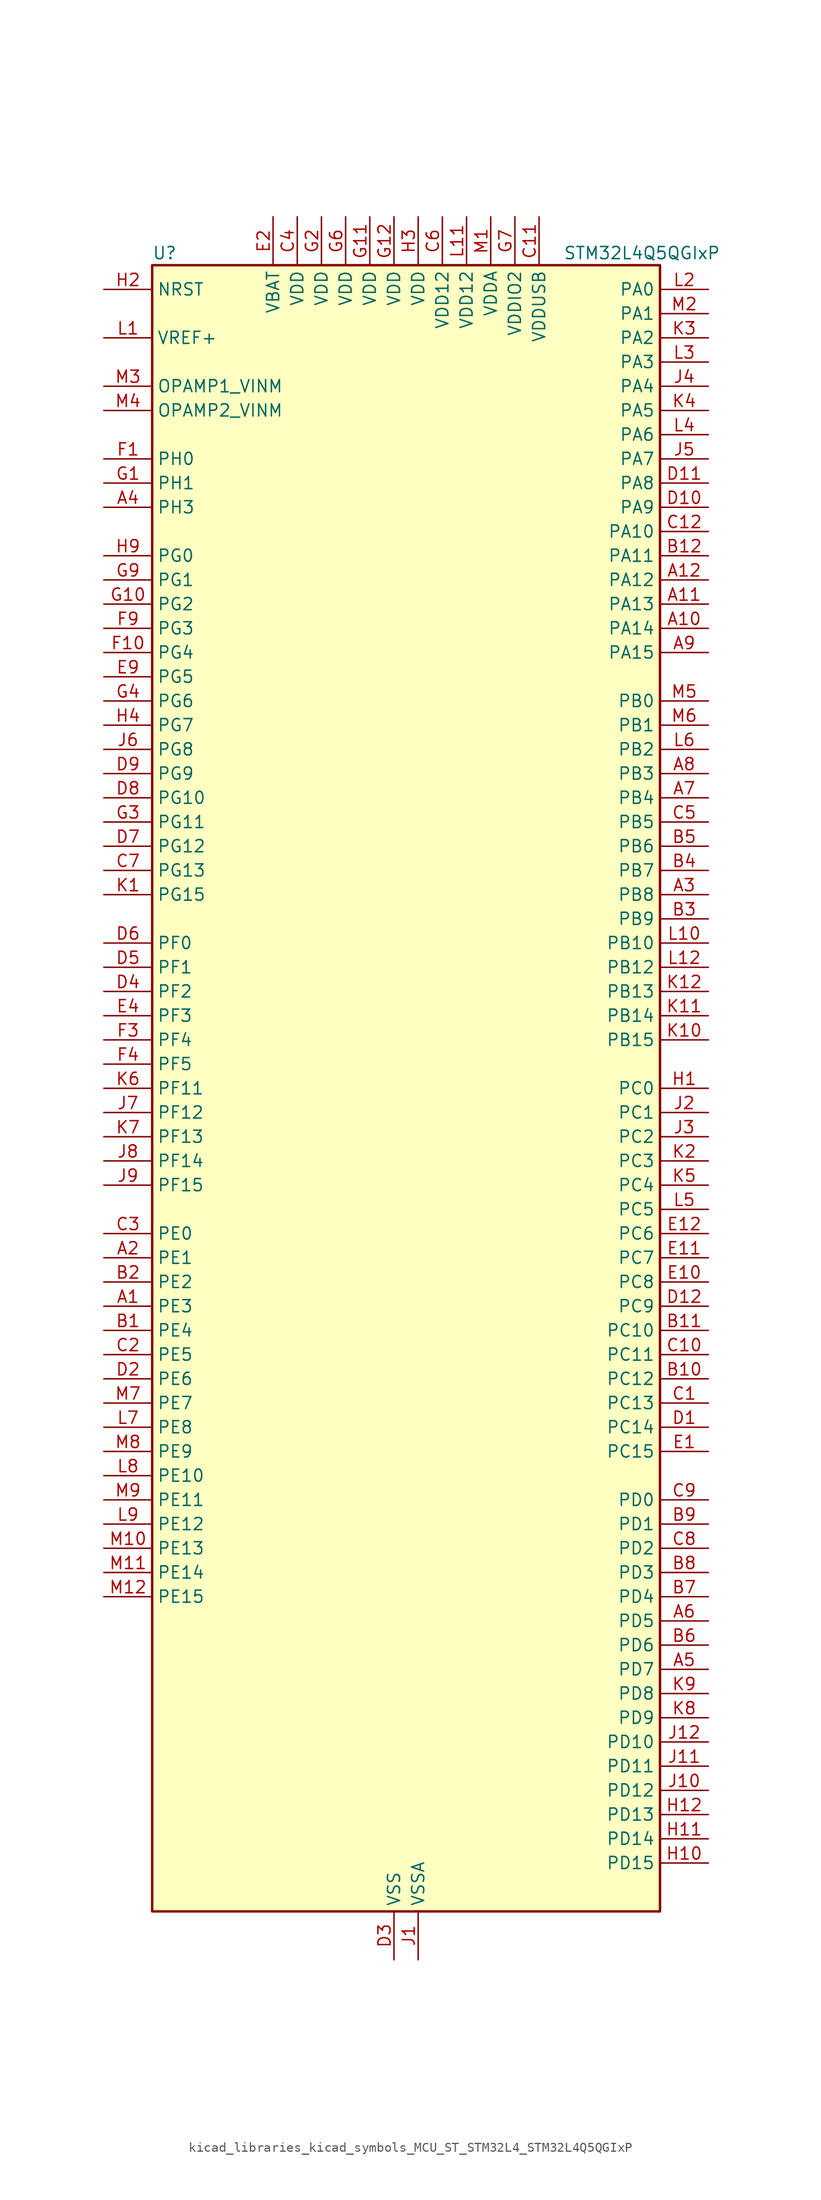
<source format=kicad_sym>
(kicad_symbol_lib
  (version 20220914)
  (generator kicad_symbol_editor)
  (symbol "kicad_libraries_kicad_symbols_MCU_ST_STM32L4_STM32L4Q5QGIxP"
    (property "Reference" "U"
      (at -25.4 87.63 0)
      (effects (font (size 1.27 1.27)) (justify left)))
    (property "Value" "STM32L4Q5QGIxP"
      (at 17.78 87.63 0)
      (effects (font (size 1.27 1.27)) (justify left)))
    (property "ki_locked" ""
      (at 0 0 0)
      (effects (font (size 1.27 1.27))))
    (symbol "kicad_libraries_kicad_symbols_MCU_ST_STM32L4_STM32L4Q5QGIxP_0_1"
      (rectangle (start -25.4 -86.36) (end 27.94 86.36) (stroke (width 0.254) (type default)) (fill (type background))))
    (symbol "kicad_libraries_kicad_symbols_MCU_ST_STM32L4_STM32L4Q5QGIxP_1_1"
      (pin bidirectional line (at -30.48 -22.86 0) (length 5.08) (name "PE3" (effects (font (size 1.27 1.27)))) (number "A1" (effects (font (size 1.27 1.27)))) (alternate "FMC_A19" bidirectional line) (alternate "LTDC_R6" bidirectional line) (alternate "OCTOSPIM_P1_DQS" bidirectional line) (alternate "SAI1_SD_B" bidirectional line) (alternate "SYS_TRACED0" bidirectional line) (alternate "TIM3_CH1" bidirectional line) (alternate "TSC_G7_IO2" bidirectional line))
      (pin bidirectional line (at 33.02 48.26 180) (length 5.08) (name "PA14" (effects (font (size 1.27 1.27)))) (number "A10" (effects (font (size 1.27 1.27)))) (alternate "I2C1_SMBA" bidirectional line) (alternate "I2C4_SMBA" bidirectional line) (alternate "LPTIM1_OUT" bidirectional line) (alternate "SAI1_FS_B" bidirectional line) (alternate "SYS_JTCK-SWCLK" bidirectional line) (alternate "USB_OTG_FS_SOF" bidirectional line))
      (pin bidirectional line (at 33.02 50.8 180) (length 5.08) (name "PA13" (effects (font (size 1.27 1.27)))) (number "A11" (effects (font (size 1.27 1.27)))) (alternate "IR_OUT" bidirectional line) (alternate "SAI1_SD_B" bidirectional line) (alternate "SYS_JTMS-SWDIO" bidirectional line) (alternate "USB_OTG_FS_NOE" bidirectional line))
      (pin bidirectional line (at 33.02 53.34 180) (length 5.08) (name "PA12" (effects (font (size 1.27 1.27)))) (number "A12" (effects (font (size 1.27 1.27)))) (alternate "CAN1_TX" bidirectional line) (alternate "LTDC_VSYNC" bidirectional line) (alternate "OCTOSPIM_P2_NCS" bidirectional line) (alternate "SPI1_MOSI" bidirectional line) (alternate "TIM1_ETR" bidirectional line) (alternate "USART1_DE" bidirectional line) (alternate "USART1_RTS" bidirectional line) (alternate "USB_OTG_FS_DP" bidirectional line))
      (pin bidirectional line (at -30.48 -17.78 0) (length 5.08) (name "PE1" (effects (font (size 1.27 1.27)))) (number "A2" (effects (font (size 1.27 1.27)))) (alternate "DCMI_D3" bidirectional line) (alternate "FMC_NBL1" bidirectional line) (alternate "LTDC_VSYNC" bidirectional line) (alternate "PSSI_D3" bidirectional line) (alternate "TIM17_CH1" bidirectional line))
      (pin bidirectional line (at 33.02 20.32 180) (length 5.08) (name "PB8" (effects (font (size 1.27 1.27)))) (number "A3" (effects (font (size 1.27 1.27)))) (alternate "CAN1_RX" bidirectional line) (alternate "DCMI_D6" bidirectional line) (alternate "DFSDM1_CKOUT" bidirectional line) (alternate "I2C1_SCL" bidirectional line) (alternate "LTDC_DE" bidirectional line) (alternate "PSSI_D6" bidirectional line) (alternate "SAI1_CK1" bidirectional line) (alternate "SAI1_MCLK_A" bidirectional line) (alternate "SDMMC1_CKIN" bidirectional line) (alternate "SDMMC1_D4" bidirectional line) (alternate "SDMMC2_D4" bidirectional line) (alternate "TIM16_CH1" bidirectional line) (alternate "TIM4_CH3" bidirectional line))
      (pin bidirectional line (at -30.48 60.96 0) (length 5.08) (name "PH3" (effects (font (size 1.27 1.27)))) (number "A4" (effects (font (size 1.27 1.27)))))
      (pin bidirectional line (at 33.02 -60.96 180) (length 5.08) (name "PD7" (effects (font (size 1.27 1.27)))) (number "A5" (effects (font (size 1.27 1.27)))) (alternate "DFSDM1_CKIN1" bidirectional line) (alternate "FMC_NCE" bidirectional line) (alternate "FMC_NE1" bidirectional line) (alternate "OCTOSPIM_P1_IO7" bidirectional line) (alternate "SDMMC2_CMD" bidirectional line) (alternate "USART2_CK" bidirectional line))
      (pin bidirectional line (at 33.02 -55.88 180) (length 5.08) (name "PD5" (effects (font (size 1.27 1.27)))) (number "A6" (effects (font (size 1.27 1.27)))) (alternate "FMC_NWE" bidirectional line) (alternate "OCTOSPIM_P1_IO5" bidirectional line) (alternate "USART2_TX" bidirectional line))
      (pin bidirectional line (at 33.02 30.48 180) (length 5.08) (name "PB4" (effects (font (size 1.27 1.27)))) (number "A7" (effects (font (size 1.27 1.27)))) (alternate "COMP2_INP" bidirectional line) (alternate "DCMI_D12" bidirectional line) (alternate "I2C3_SDA" bidirectional line) (alternate "OCTOSPIM_P1_IO5" bidirectional line) (alternate "PSSI_D12" bidirectional line) (alternate "SAI1_MCLK_B" bidirectional line) (alternate "SDMMC2_D3" bidirectional line) (alternate "SPI1_MISO" bidirectional line) (alternate "SPI3_MISO" bidirectional line) (alternate "SYS_JTRST" bidirectional line) (alternate "TIM17_BKIN" bidirectional line) (alternate "TIM3_CH1" bidirectional line) (alternate "TSC_G2_IO1" bidirectional line) (alternate "UART5_DE" bidirectional line) (alternate "UART5_RTS" bidirectional line) (alternate "USART1_CTS" bidirectional line) (alternate "USART1_NSS" bidirectional line))
      (pin bidirectional line (at 33.02 33.02 180) (length 5.08) (name "PB3" (effects (font (size 1.27 1.27)))) (number "A8" (effects (font (size 1.27 1.27)))) (alternate "COMP2_INM" bidirectional line) (alternate "CRS_SYNC" bidirectional line) (alternate "OCTOSPIM_P1_IO4" bidirectional line) (alternate "SAI1_SCK_B" bidirectional line) (alternate "SDMMC2_D2" bidirectional line) (alternate "SPI1_SCK" bidirectional line) (alternate "SPI3_SCK" bidirectional line) (alternate "SYS_JTDO-SWO" bidirectional line) (alternate "TIM2_CH2" bidirectional line) (alternate "USART1_DE" bidirectional line) (alternate "USART1_RTS" bidirectional line))
      (pin bidirectional line (at 33.02 45.72 180) (length 5.08) (name "PA15" (effects (font (size 1.27 1.27)))) (number "A9" (effects (font (size 1.27 1.27)))) (alternate "ADC1_EXTI15" bidirectional line) (alternate "ADC2_EXTI15" bidirectional line) (alternate "LTDC_HSYNC" bidirectional line) (alternate "SAI2_FS_B" bidirectional line) (alternate "SPI1_NSS" bidirectional line) (alternate "SPI3_NSS" bidirectional line) (alternate "SYS_JTDI" bidirectional line) (alternate "TIM2_CH1" bidirectional line) (alternate "TIM2_ETR" bidirectional line) (alternate "TSC_G3_IO1" bidirectional line) (alternate "UART4_DE" bidirectional line) (alternate "UART4_RTS" bidirectional line) (alternate "USART2_RX" bidirectional line) (alternate "USART3_DE" bidirectional line) (alternate "USART3_RTS" bidirectional line))
      (pin bidirectional line (at -30.48 -25.4 0) (length 5.08) (name "PE4" (effects (font (size 1.27 1.27)))) (number "B1" (effects (font (size 1.27 1.27)))) (alternate "DCMI_D4" bidirectional line) (alternate "DFSDM1_DATIN3" bidirectional line) (alternate "FMC_A20" bidirectional line) (alternate "LTDC_B7" bidirectional line) (alternate "PSSI_D4" bidirectional line) (alternate "SAI1_D2" bidirectional line) (alternate "SAI1_FS_A" bidirectional line) (alternate "SYS_TRACED1" bidirectional line) (alternate "TIM3_CH2" bidirectional line) (alternate "TSC_G7_IO3" bidirectional line))
      (pin bidirectional line (at 33.02 -30.48 180) (length 5.08) (name "PC12" (effects (font (size 1.27 1.27)))) (number "B10" (effects (font (size 1.27 1.27)))) (alternate "DCMI_D9" bidirectional line) (alternate "LTDC_R6" bidirectional line) (alternate "PSSI_D9" bidirectional line) (alternate "SAI2_SD_B" bidirectional line) (alternate "SDMMC1_CK" bidirectional line) (alternate "SPI3_MOSI" bidirectional line) (alternate "SYS_TRACED3" bidirectional line) (alternate "TSC_G3_IO4" bidirectional line) (alternate "UART5_TX" bidirectional line) (alternate "USART3_CK" bidirectional line))
      (pin bidirectional line (at 33.02 -25.4 180) (length 5.08) (name "PC10" (effects (font (size 1.27 1.27)))) (number "B11" (effects (font (size 1.27 1.27)))) (alternate "DCMI_D8" bidirectional line) (alternate "DCMI_VSYNC" bidirectional line) (alternate "PSSI_D8" bidirectional line) (alternate "PSSI_RDY" bidirectional line) (alternate "SAI2_SCK_B" bidirectional line) (alternate "SDMMC1_D2" bidirectional line) (alternate "SPI3_SCK" bidirectional line) (alternate "SYS_TRACED1" bidirectional line) (alternate "TSC_G3_IO2" bidirectional line) (alternate "UART4_TX" bidirectional line) (alternate "USART3_TX" bidirectional line))
      (pin bidirectional line (at 33.02 55.88 180) (length 5.08) (name "PA11" (effects (font (size 1.27 1.27)))) (number "B12" (effects (font (size 1.27 1.27)))) (alternate "ADC1_EXTI11" bidirectional line) (alternate "ADC2_EXTI11" bidirectional line) (alternate "CAN1_RX" bidirectional line) (alternate "LTDC_DE" bidirectional line) (alternate "SPI1_MISO" bidirectional line) (alternate "TIM1_BKIN2" bidirectional line) (alternate "TIM1_CH4" bidirectional line) (alternate "USART1_CTS" bidirectional line) (alternate "USART1_NSS" bidirectional line) (alternate "USB_OTG_FS_DM" bidirectional line))
      (pin bidirectional line (at -30.48 -20.32 0) (length 5.08) (name "PE2" (effects (font (size 1.27 1.27)))) (number "B2" (effects (font (size 1.27 1.27)))) (alternate "FMC_A23" bidirectional line) (alternate "LTDC_R7" bidirectional line) (alternate "SAI1_CK1" bidirectional line) (alternate "SAI1_MCLK_A" bidirectional line) (alternate "SYS_TRACECLK" bidirectional line) (alternate "TIM3_ETR" bidirectional line) (alternate "TSC_G7_IO1" bidirectional line))
      (pin bidirectional line (at 33.02 17.78 180) (length 5.08) (name "PB9" (effects (font (size 1.27 1.27)))) (number "B3" (effects (font (size 1.27 1.27)))) (alternate "CAN1_TX" bidirectional line) (alternate "DAC1_EXTI9" bidirectional line) (alternate "DCMI_D7" bidirectional line) (alternate "I2C1_SDA" bidirectional line) (alternate "IR_OUT" bidirectional line) (alternate "PSSI_D7" bidirectional line) (alternate "SAI1_D2" bidirectional line) (alternate "SAI1_FS_A" bidirectional line) (alternate "SDMMC1_CDIR" bidirectional line) (alternate "SDMMC1_D5" bidirectional line) (alternate "SDMMC2_D5" bidirectional line) (alternate "SPI2_NSS" bidirectional line) (alternate "TIM17_CH1" bidirectional line) (alternate "TIM4_CH4" bidirectional line))
      (pin bidirectional line (at 33.02 22.86 180) (length 5.08) (name "PB7" (effects (font (size 1.27 1.27)))) (number "B4" (effects (font (size 1.27 1.27)))) (alternate "COMP2_INM" bidirectional line) (alternate "DCMI_VSYNC" bidirectional line) (alternate "FMC_NL" bidirectional line) (alternate "I2C1_SDA" bidirectional line) (alternate "I2C4_SDA" bidirectional line) (alternate "LPTIM1_IN2" bidirectional line) (alternate "LTDC_VSYNC" bidirectional line) (alternate "PSSI_RDY" bidirectional line) (alternate "SYS_PVD_IN" bidirectional line) (alternate "TIM17_CH1N" bidirectional line) (alternate "TIM4_CH2" bidirectional line) (alternate "TIM8_BKIN" bidirectional line) (alternate "TSC_G2_IO4" bidirectional line) (alternate "UART4_CTS" bidirectional line) (alternate "USART1_RX" bidirectional line))
      (pin bidirectional line (at 33.02 25.4 180) (length 5.08) (name "PB6" (effects (font (size 1.27 1.27)))) (number "B5" (effects (font (size 1.27 1.27)))) (alternate "COMP2_INP" bidirectional line) (alternate "DCMI_D5" bidirectional line) (alternate "I2C1_SCL" bidirectional line) (alternate "I2C4_SCL" bidirectional line) (alternate "LPTIM1_ETR" bidirectional line) (alternate "LTDC_R6" bidirectional line) (alternate "PSSI_D5" bidirectional line) (alternate "SAI1_FS_B" bidirectional line) (alternate "TIM16_CH1N" bidirectional line) (alternate "TIM4_CH1" bidirectional line) (alternate "TIM8_BKIN2" bidirectional line) (alternate "TSC_G2_IO3" bidirectional line) (alternate "USART1_TX" bidirectional line))
      (pin bidirectional line (at 33.02 -58.42 180) (length 5.08) (name "PD6" (effects (font (size 1.27 1.27)))) (number "B6" (effects (font (size 1.27 1.27)))) (alternate "DCMI_D10" bidirectional line) (alternate "DFSDM1_DATIN1" bidirectional line) (alternate "FMC_NWAIT" bidirectional line) (alternate "LTDC_DE" bidirectional line) (alternate "OCTOSPIM_P1_IO6" bidirectional line) (alternate "PSSI_D10" bidirectional line) (alternate "SAI1_D1" bidirectional line) (alternate "SAI1_SD_A" bidirectional line) (alternate "SDMMC2_CK" bidirectional line) (alternate "SPI3_MOSI" bidirectional line) (alternate "USART2_RX" bidirectional line))
      (pin bidirectional line (at 33.02 -53.34 180) (length 5.08) (name "PD4" (effects (font (size 1.27 1.27)))) (number "B7" (effects (font (size 1.27 1.27)))) (alternate "DFSDM1_CKIN0" bidirectional line) (alternate "FMC_NOE" bidirectional line) (alternate "OCTOSPIM_P1_IO4" bidirectional line) (alternate "SDMMC2_CKIN" bidirectional line) (alternate "SPI2_MOSI" bidirectional line) (alternate "USART2_DE" bidirectional line) (alternate "USART2_RTS" bidirectional line))
      (pin bidirectional line (at 33.02 -50.8 180) (length 5.08) (name "PD3" (effects (font (size 1.27 1.27)))) (number "B8" (effects (font (size 1.27 1.27)))) (alternate "DCMI_D5" bidirectional line) (alternate "DFSDM1_DATIN0" bidirectional line) (alternate "FMC_CLK" bidirectional line) (alternate "LTDC_CLK" bidirectional line) (alternate "OCTOSPIM_P2_NCS" bidirectional line) (alternate "PSSI_D5" bidirectional line) (alternate "SPI2_MISO" bidirectional line) (alternate "SPI2_SCK" bidirectional line) (alternate "USART2_CTS" bidirectional line) (alternate "USART2_NSS" bidirectional line))
      (pin bidirectional line (at 33.02 -45.72 180) (length 5.08) (name "PD1" (effects (font (size 1.27 1.27)))) (number "B9" (effects (font (size 1.27 1.27)))) (alternate "CAN1_TX" bidirectional line) (alternate "FMC_D3" bidirectional line) (alternate "FMC_DA3" bidirectional line) (alternate "LTDC_B5" bidirectional line) (alternate "SPI2_SCK" bidirectional line))
      (pin bidirectional line (at 33.02 -33.02 180) (length 5.08) (name "PC13" (effects (font (size 1.27 1.27)))) (number "C1" (effects (font (size 1.27 1.27)))) (alternate "RTC_OUT1" bidirectional line) (alternate "RTC_TAMP1" bidirectional line) (alternate "RTC_TS" bidirectional line) (alternate "SYS_WKUP2" bidirectional line))
      (pin bidirectional line (at 33.02 -27.94 180) (length 5.08) (name "PC11" (effects (font (size 1.27 1.27)))) (number "C10" (effects (font (size 1.27 1.27)))) (alternate "ADC1_EXTI11" bidirectional line) (alternate "ADC2_EXTI11" bidirectional line) (alternate "DCMI_D2" bidirectional line) (alternate "DCMI_D4" bidirectional line) (alternate "OCTOSPIM_P1_NCS" bidirectional line) (alternate "PSSI_D2" bidirectional line) (alternate "PSSI_D4" bidirectional line) (alternate "SAI2_MCLK_B" bidirectional line) (alternate "SDMMC1_D3" bidirectional line) (alternate "SPI3_MISO" bidirectional line) (alternate "TSC_G3_IO3" bidirectional line) (alternate "UART4_RX" bidirectional line) (alternate "USART3_RX" bidirectional line))
      (pin power_in line (at 15.24 91.44 270) (length 5.08) (name "VDDUSB" (effects (font (size 1.27 1.27)))) (number "C11" (effects (font (size 1.27 1.27)))))
      (pin bidirectional line (at 33.02 58.42 180) (length 5.08) (name "PA10" (effects (font (size 1.27 1.27)))) (number "C12" (effects (font (size 1.27 1.27)))) (alternate "DCMI_D1" bidirectional line) (alternate "LTDC_G6" bidirectional line) (alternate "PSSI_D1" bidirectional line) (alternate "SAI1_D1" bidirectional line) (alternate "SAI1_SD_A" bidirectional line) (alternate "TIM17_BKIN" bidirectional line) (alternate "TIM1_CH3" bidirectional line) (alternate "USART1_RX" bidirectional line) (alternate "USB_OTG_FS_ID" bidirectional line))
      (pin bidirectional line (at -30.48 -27.94 0) (length 5.08) (name "PE5" (effects (font (size 1.27 1.27)))) (number "C2" (effects (font (size 1.27 1.27)))) (alternate "DCMI_D6" bidirectional line) (alternate "DFSDM1_CKIN3" bidirectional line) (alternate "FMC_A21" bidirectional line) (alternate "LTDC_G7" bidirectional line) (alternate "PSSI_D6" bidirectional line) (alternate "SAI1_CK2" bidirectional line) (alternate "SAI1_SCK_A" bidirectional line) (alternate "SYS_TRACED2" bidirectional line) (alternate "TIM3_CH3" bidirectional line) (alternate "TSC_G7_IO4" bidirectional line))
      (pin bidirectional line (at -30.48 -15.24 0) (length 5.08) (name "PE0" (effects (font (size 1.27 1.27)))) (number "C3" (effects (font (size 1.27 1.27)))) (alternate "DCMI_D2" bidirectional line) (alternate "FMC_NBL0" bidirectional line) (alternate "LTDC_HSYNC" bidirectional line) (alternate "PSSI_D2" bidirectional line) (alternate "TIM16_CH1" bidirectional line) (alternate "TIM4_ETR" bidirectional line))
      (pin power_in line (at -10.16 91.44 270) (length 5.08) (name "VDD" (effects (font (size 1.27 1.27)))) (number "C4" (effects (font (size 1.27 1.27)))))
      (pin bidirectional line (at 33.02 27.94 180) (length 5.08) (name "PB5" (effects (font (size 1.27 1.27)))) (number "C5" (effects (font (size 1.27 1.27)))) (alternate "COMP2_OUT" bidirectional line) (alternate "DCMI_D10" bidirectional line) (alternate "I2C1_SMBA" bidirectional line) (alternate "LPTIM1_IN1" bidirectional line) (alternate "OCTOSPIM_P1_IO0" bidirectional line) (alternate "PSSI_D10" bidirectional line) (alternate "SAI1_SD_B" bidirectional line) (alternate "SPI1_MOSI" bidirectional line) (alternate "SPI3_MOSI" bidirectional line) (alternate "TIM16_BKIN" bidirectional line) (alternate "TIM3_CH2" bidirectional line) (alternate "TSC_G2_IO2" bidirectional line) (alternate "UART5_CTS" bidirectional line) (alternate "USART1_CK" bidirectional line))
      (pin power_in line (at 5.08 91.44 270) (length 5.08) (name "VDD12" (effects (font (size 1.27 1.27)))) (number "C6" (effects (font (size 1.27 1.27)))))
      (pin bidirectional line (at -30.48 22.86 0) (length 5.08) (name "PG13" (effects (font (size 1.27 1.27)))) (number "C7" (effects (font (size 1.27 1.27)))) (alternate "FMC_A24" bidirectional line) (alternate "I2C1_SDA" bidirectional line) (alternate "LTDC_R0" bidirectional line) (alternate "USART1_CK" bidirectional line))
      (pin bidirectional line (at 33.02 -48.26 180) (length 5.08) (name "PD2" (effects (font (size 1.27 1.27)))) (number "C8" (effects (font (size 1.27 1.27)))) (alternate "DCMI_D11" bidirectional line) (alternate "PSSI_D11" bidirectional line) (alternate "SDMMC1_CMD" bidirectional line) (alternate "SYS_TRACED2" bidirectional line) (alternate "TIM3_ETR" bidirectional line) (alternate "TSC_SYNC" bidirectional line) (alternate "UART5_RX" bidirectional line) (alternate "USART3_DE" bidirectional line) (alternate "USART3_RTS" bidirectional line))
      (pin bidirectional line (at 33.02 -43.18 180) (length 5.08) (name "PD0" (effects (font (size 1.27 1.27)))) (number "C9" (effects (font (size 1.27 1.27)))) (alternate "CAN1_RX" bidirectional line) (alternate "FMC_D2" bidirectional line) (alternate "FMC_DA2" bidirectional line) (alternate "LTDC_B4" bidirectional line) (alternate "SPI2_NSS" bidirectional line))
      (pin bidirectional line (at 33.02 -35.56 180) (length 5.08) (name "PC14" (effects (font (size 1.27 1.27)))) (number "D1" (effects (font (size 1.27 1.27)))) (alternate "RCC_OSC32_IN" bidirectional line))
      (pin bidirectional line (at 33.02 60.96 180) (length 5.08) (name "PA9" (effects (font (size 1.27 1.27)))) (number "D10" (effects (font (size 1.27 1.27)))) (alternate "DAC1_EXTI9" bidirectional line) (alternate "DCMI_D0" bidirectional line) (alternate "LTDC_G7" bidirectional line) (alternate "PSSI_D0" bidirectional line) (alternate "SAI1_FS_A" bidirectional line) (alternate "SPI2_SCK" bidirectional line) (alternate "TIM15_BKIN" bidirectional line) (alternate "TIM1_CH2" bidirectional line) (alternate "USART1_TX" bidirectional line) (alternate "USB_OTG_FS_VBUS" bidirectional line))
      (pin bidirectional line (at 33.02 63.5 180) (length 5.08) (name "PA8" (effects (font (size 1.27 1.27)))) (number "D11" (effects (font (size 1.27 1.27)))) (alternate "LPTIM2_OUT" bidirectional line) (alternate "LTDC_B7" bidirectional line) (alternate "RCC_MCO" bidirectional line) (alternate "SAI1_CK2" bidirectional line) (alternate "SAI1_SCK_A" bidirectional line) (alternate "TIM1_CH1" bidirectional line) (alternate "USART1_CK" bidirectional line) (alternate "USB_OTG_FS_SOF" bidirectional line))
      (pin bidirectional line (at 33.02 -22.86 180) (length 5.08) (name "PC9" (effects (font (size 1.27 1.27)))) (number "D12" (effects (font (size 1.27 1.27)))) (alternate "DAC1_EXTI9" bidirectional line) (alternate "DCMI_D3" bidirectional line) (alternate "I2C3_SDA" bidirectional line) (alternate "PSSI_D3" bidirectional line) (alternate "SAI2_EXTCLK" bidirectional line) (alternate "SDMMC1_D1" bidirectional line) (alternate "SYS_TRACED0" bidirectional line) (alternate "TIM3_CH4" bidirectional line) (alternate "TIM8_BKIN2" bidirectional line) (alternate "TIM8_CH4" bidirectional line) (alternate "TSC_G4_IO4" bidirectional line) (alternate "USB_OTG_FS_NOE" bidirectional line))
      (pin bidirectional line (at -30.48 -30.48 0) (length 5.08) (name "PE6" (effects (font (size 1.27 1.27)))) (number "D2" (effects (font (size 1.27 1.27)))) (alternate "DCMI_D7" bidirectional line) (alternate "FMC_A22" bidirectional line) (alternate "LTDC_G6" bidirectional line) (alternate "PSSI_D7" bidirectional line) (alternate "RTC_TAMP3" bidirectional line) (alternate "SAI1_D1" bidirectional line) (alternate "SAI1_SD_A" bidirectional line) (alternate "SYS_TRACED3" bidirectional line) (alternate "SYS_WKUP3" bidirectional line) (alternate "TIM3_CH4" bidirectional line))
      (pin power_in line (at 0 -91.44 90) (length 5.08) (name "VSS" (effects (font (size 1.27 1.27)))) (number "D3" (effects (font (size 1.27 1.27)))))
      (pin bidirectional line (at -30.48 10.16 0) (length 5.08) (name "PF2" (effects (font (size 1.27 1.27)))) (number "D4" (effects (font (size 1.27 1.27)))) (alternate "FMC_A2" bidirectional line) (alternate "I2C2_SMBA" bidirectional line) (alternate "OCTOSPIM_P2_IO2" bidirectional line))
      (pin bidirectional line (at -30.48 12.7 0) (length 5.08) (name "PF1" (effects (font (size 1.27 1.27)))) (number "D5" (effects (font (size 1.27 1.27)))) (alternate "FMC_A1" bidirectional line) (alternate "I2C2_SCL" bidirectional line) (alternate "OCTOSPIM_P2_IO1" bidirectional line))
      (pin bidirectional line (at -30.48 15.24 0) (length 5.08) (name "PF0" (effects (font (size 1.27 1.27)))) (number "D6" (effects (font (size 1.27 1.27)))) (alternate "FMC_A0" bidirectional line) (alternate "I2C2_SDA" bidirectional line) (alternate "OCTOSPIM_P2_IO0" bidirectional line))
      (pin bidirectional line (at -30.48 25.4 0) (length 5.08) (name "PG12" (effects (font (size 1.27 1.27)))) (number "D7" (effects (font (size 1.27 1.27)))) (alternate "FMC_NE4" bidirectional line) (alternate "LPTIM1_ETR" bidirectional line) (alternate "OCTOSPIM_P2_NCS" bidirectional line) (alternate "SAI2_SD_A" bidirectional line) (alternate "SDMMC2_D3" bidirectional line) (alternate "SPI3_NSS" bidirectional line) (alternate "USART1_DE" bidirectional line) (alternate "USART1_RTS" bidirectional line))
      (pin bidirectional line (at -30.48 30.48 0) (length 5.08) (name "PG10" (effects (font (size 1.27 1.27)))) (number "D8" (effects (font (size 1.27 1.27)))) (alternate "FMC_NE3" bidirectional line) (alternate "LPTIM1_IN1" bidirectional line) (alternate "OCTOSPIM_P2_IO7" bidirectional line) (alternate "SAI2_FS_A" bidirectional line) (alternate "SDMMC2_D1" bidirectional line) (alternate "SPI3_MISO" bidirectional line) (alternate "TIM15_CH1" bidirectional line) (alternate "USART1_RX" bidirectional line))
      (pin bidirectional line (at -30.48 33.02 0) (length 5.08) (name "PG9" (effects (font (size 1.27 1.27)))) (number "D9" (effects (font (size 1.27 1.27)))) (alternate "DAC1_EXTI9" bidirectional line) (alternate "FMC_NCE" bidirectional line) (alternate "FMC_NE2" bidirectional line) (alternate "OCTOSPIM_P2_IO6" bidirectional line) (alternate "SAI2_SCK_A" bidirectional line) (alternate "SDMMC2_D0" bidirectional line) (alternate "SPI3_SCK" bidirectional line) (alternate "TIM15_CH1N" bidirectional line) (alternate "USART1_TX" bidirectional line))
      (pin bidirectional line (at 33.02 -38.1 180) (length 5.08) (name "PC15" (effects (font (size 1.27 1.27)))) (number "E1" (effects (font (size 1.27 1.27)))) (alternate "ADC1_EXTI15" bidirectional line) (alternate "ADC2_EXTI15" bidirectional line) (alternate "RCC_OSC32_OUT" bidirectional line))
      (pin bidirectional line (at 33.02 -20.32 180) (length 5.08) (name "PC8" (effects (font (size 1.27 1.27)))) (number "E10" (effects (font (size 1.27 1.27)))) (alternate "DCMI_D2" bidirectional line) (alternate "PSSI_D2" bidirectional line) (alternate "SDMMC1_D0" bidirectional line) (alternate "TIM3_CH3" bidirectional line) (alternate "TIM8_CH3" bidirectional line) (alternate "TSC_G4_IO3" bidirectional line))
      (pin bidirectional line (at 33.02 -17.78 180) (length 5.08) (name "PC7" (effects (font (size 1.27 1.27)))) (number "E11" (effects (font (size 1.27 1.27)))) (alternate "DCMI_D1" bidirectional line) (alternate "DFSDM1_DATIN3" bidirectional line) (alternate "LTDC_B6" bidirectional line) (alternate "PSSI_D1" bidirectional line) (alternate "SAI2_MCLK_B" bidirectional line) (alternate "SDMMC1_D123DIR" bidirectional line) (alternate "SDMMC1_D7" bidirectional line) (alternate "SDMMC2_D7" bidirectional line) (alternate "TIM3_CH2" bidirectional line) (alternate "TIM8_CH2" bidirectional line) (alternate "TSC_G4_IO2" bidirectional line))
      (pin bidirectional line (at 33.02 -15.24 180) (length 5.08) (name "PC6" (effects (font (size 1.27 1.27)))) (number "E12" (effects (font (size 1.27 1.27)))) (alternate "DCMI_D0" bidirectional line) (alternate "DFSDM1_CKIN3" bidirectional line) (alternate "LTDC_G7" bidirectional line) (alternate "PSSI_D0" bidirectional line) (alternate "SAI2_MCLK_A" bidirectional line) (alternate "SDMMC1_D0DIR" bidirectional line) (alternate "SDMMC1_D6" bidirectional line) (alternate "SDMMC2_D6" bidirectional line) (alternate "TIM3_CH1" bidirectional line) (alternate "TIM8_CH1" bidirectional line) (alternate "TSC_G4_IO1" bidirectional line))
      (pin power_in line (at -12.7 91.44 270) (length 5.08) (name "VBAT" (effects (font (size 1.27 1.27)))) (number "E2" (effects (font (size 1.27 1.27)))))
      (pin passive line (at 0 -91.44 90) (length 5.08) hide (name "VSS" (effects (font (size 1.27 1.27)))) (number "E3" (effects (font (size 1.27 1.27)))))
      (pin bidirectional line (at -30.48 7.62 0) (length 5.08) (name "PF3" (effects (font (size 1.27 1.27)))) (number "E4" (effects (font (size 1.27 1.27)))) (alternate "FMC_A3" bidirectional line) (alternate "OCTOSPIM_P2_IO3" bidirectional line))
      (pin bidirectional line (at -30.48 43.18 0) (length 5.08) (name "PG5" (effects (font (size 1.27 1.27)))) (number "E9" (effects (font (size 1.27 1.27)))) (alternate "FMC_A15" bidirectional line) (alternate "LPUART1_CTS" bidirectional line) (alternate "SAI2_SD_B" bidirectional line) (alternate "SDMMC2_D7" bidirectional line) (alternate "SPI1_NSS" bidirectional line))
      (pin bidirectional line (at -30.48 66.04 0) (length 5.08) (name "PH0" (effects (font (size 1.27 1.27)))) (number "F1" (effects (font (size 1.27 1.27)))) (alternate "RCC_OSC_IN" bidirectional line))
      (pin bidirectional line (at -30.48 45.72 0) (length 5.08) (name "PG4" (effects (font (size 1.27 1.27)))) (number "F10" (effects (font (size 1.27 1.27)))) (alternate "FMC_A14" bidirectional line) (alternate "SAI2_MCLK_B" bidirectional line) (alternate "SDMMC2_D6" bidirectional line) (alternate "SPI1_MOSI" bidirectional line))
      (pin passive line (at 0 -91.44 90) (length 5.08) hide (name "VSS" (effects (font (size 1.27 1.27)))) (number "F11" (effects (font (size 1.27 1.27)))))
      (pin passive line (at 0 -91.44 90) (length 5.08) hide (name "VSS" (effects (font (size 1.27 1.27)))) (number "F12" (effects (font (size 1.27 1.27)))))
      (pin passive line (at 0 -91.44 90) (length 5.08) hide (name "VSS" (effects (font (size 1.27 1.27)))) (number "F2" (effects (font (size 1.27 1.27)))))
      (pin bidirectional line (at -30.48 5.08 0) (length 5.08) (name "PF4" (effects (font (size 1.27 1.27)))) (number "F3" (effects (font (size 1.27 1.27)))) (alternate "FMC_A4" bidirectional line) (alternate "OCTOSPIM_P2_CLK" bidirectional line))
      (pin bidirectional line (at -30.48 2.54 0) (length 5.08) (name "PF5" (effects (font (size 1.27 1.27)))) (number "F4" (effects (font (size 1.27 1.27)))) (alternate "FMC_A5" bidirectional line) (alternate "OCTOSPIM_P2_NCLK" bidirectional line))
      (pin passive line (at 0 -91.44 90) (length 5.08) hide (name "VSS" (effects (font (size 1.27 1.27)))) (number "F6" (effects (font (size 1.27 1.27)))))
      (pin passive line (at 0 -91.44 90) (length 5.08) hide (name "VSS" (effects (font (size 1.27 1.27)))) (number "F7" (effects (font (size 1.27 1.27)))))
      (pin bidirectional line (at -30.48 48.26 0) (length 5.08) (name "PG3" (effects (font (size 1.27 1.27)))) (number "F9" (effects (font (size 1.27 1.27)))) (alternate "FMC_A13" bidirectional line) (alternate "SAI2_FS_B" bidirectional line) (alternate "SDMMC2_D5" bidirectional line) (alternate "SPI1_MISO" bidirectional line))
      (pin bidirectional line (at -30.48 63.5 0) (length 5.08) (name "PH1" (effects (font (size 1.27 1.27)))) (number "G1" (effects (font (size 1.27 1.27)))) (alternate "RCC_OSC_OUT" bidirectional line))
      (pin bidirectional line (at -30.48 50.8 0) (length 5.08) (name "PG2" (effects (font (size 1.27 1.27)))) (number "G10" (effects (font (size 1.27 1.27)))) (alternate "FMC_A12" bidirectional line) (alternate "SAI2_SCK_B" bidirectional line) (alternate "SDMMC2_D4" bidirectional line) (alternate "SPI1_SCK" bidirectional line))
      (pin power_in line (at -2.54 91.44 270) (length 5.08) (name "VDD" (effects (font (size 1.27 1.27)))) (number "G11" (effects (font (size 1.27 1.27)))))
      (pin power_in line (at 0 91.44 270) (length 5.08) (name "VDD" (effects (font (size 1.27 1.27)))) (number "G12" (effects (font (size 1.27 1.27)))))
      (pin power_in line (at -7.62 91.44 270) (length 5.08) (name "VDD" (effects (font (size 1.27 1.27)))) (number "G2" (effects (font (size 1.27 1.27)))))
      (pin bidirectional line (at -30.48 27.94 0) (length 5.08) (name "PG11" (effects (font (size 1.27 1.27)))) (number "G3" (effects (font (size 1.27 1.27)))) (alternate "ADC1_EXTI11" bidirectional line) (alternate "ADC2_EXTI11" bidirectional line) (alternate "LPTIM1_IN2" bidirectional line) (alternate "OCTOSPIM_P1_IO5" bidirectional line) (alternate "SAI2_MCLK_A" bidirectional line) (alternate "SDMMC2_D2" bidirectional line) (alternate "SPI3_MOSI" bidirectional line) (alternate "TIM15_CH2" bidirectional line) (alternate "USART1_CTS" bidirectional line) (alternate "USART1_NSS" bidirectional line))
      (pin bidirectional line (at -30.48 40.64 0) (length 5.08) (name "PG6" (effects (font (size 1.27 1.27)))) (number "G4" (effects (font (size 1.27 1.27)))) (alternate "I2C3_SMBA" bidirectional line) (alternate "LPUART1_DE" bidirectional line) (alternate "LPUART1_RTS" bidirectional line) (alternate "LTDC_R1" bidirectional line) (alternate "OCTOSPIM_P1_DQS" bidirectional line))
      (pin power_in line (at -5.08 91.44 270) (length 5.08) (name "VDD" (effects (font (size 1.27 1.27)))) (number "G6" (effects (font (size 1.27 1.27)))))
      (pin power_in line (at 12.7 91.44 270) (length 5.08) (name "VDDIO2" (effects (font (size 1.27 1.27)))) (number "G7" (effects (font (size 1.27 1.27)))))
      (pin bidirectional line (at -30.48 53.34 0) (length 5.08) (name "PG1" (effects (font (size 1.27 1.27)))) (number "G9" (effects (font (size 1.27 1.27)))) (alternate "FMC_A11" bidirectional line) (alternate "OCTOSPIM_P2_IO5" bidirectional line) (alternate "TSC_G8_IO4" bidirectional line))
      (pin bidirectional line (at 33.02 0 180) (length 5.08) (name "PC0" (effects (font (size 1.27 1.27)))) (number "H1" (effects (font (size 1.27 1.27)))) (alternate "ADC1_IN1" bidirectional line) (alternate "ADC2_IN1" bidirectional line) (alternate "I2C3_SCL" bidirectional line) (alternate "LPTIM1_IN1" bidirectional line) (alternate "LPTIM2_IN1" bidirectional line) (alternate "LPUART1_RX" bidirectional line) (alternate "LTDC_DE" bidirectional line) (alternate "SAI2_FS_A" bidirectional line) (alternate "SDMMC1_CMD" bidirectional line) (alternate "SDMMC2_CKIN" bidirectional line))
      (pin bidirectional line (at 33.02 -81.28 180) (length 5.08) (name "PD15" (effects (font (size 1.27 1.27)))) (number "H10" (effects (font (size 1.27 1.27)))) (alternate "ADC1_EXTI15" bidirectional line) (alternate "ADC2_EXTI15" bidirectional line) (alternate "FMC_D1" bidirectional line) (alternate "FMC_DA1" bidirectional line) (alternate "LTDC_B3" bidirectional line) (alternate "TIM4_CH4" bidirectional line))
      (pin bidirectional line (at 33.02 -78.74 180) (length 5.08) (name "PD14" (effects (font (size 1.27 1.27)))) (number "H11" (effects (font (size 1.27 1.27)))) (alternate "FMC_D0" bidirectional line) (alternate "FMC_DA0" bidirectional line) (alternate "LTDC_B2" bidirectional line) (alternate "TIM4_CH3" bidirectional line))
      (pin bidirectional line (at 33.02 -76.2 180) (length 5.08) (name "PD13" (effects (font (size 1.27 1.27)))) (number "H12" (effects (font (size 1.27 1.27)))) (alternate "FMC_A18" bidirectional line) (alternate "I2C4_SDA" bidirectional line) (alternate "LPTIM2_OUT" bidirectional line) (alternate "TIM4_CH2" bidirectional line) (alternate "TSC_G6_IO4" bidirectional line))
      (pin input line (at -30.48 83.82 0) (length 5.08) (name "NRST" (effects (font (size 1.27 1.27)))) (number "H2" (effects (font (size 1.27 1.27)))))
      (pin power_in line (at 2.54 91.44 270) (length 5.08) (name "VDD" (effects (font (size 1.27 1.27)))) (number "H3" (effects (font (size 1.27 1.27)))))
      (pin bidirectional line (at -30.48 38.1 0) (length 5.08) (name "PG7" (effects (font (size 1.27 1.27)))) (number "H4" (effects (font (size 1.27 1.27)))) (alternate "DFSDM1_CKOUT" bidirectional line) (alternate "FMC_INT" bidirectional line) (alternate "I2C3_SCL" bidirectional line) (alternate "LPUART1_TX" bidirectional line) (alternate "OCTOSPIM_P2_DQS" bidirectional line) (alternate "SAI1_CK1" bidirectional line) (alternate "SAI1_MCLK_A" bidirectional line))
      (pin bidirectional line (at -30.48 55.88 0) (length 5.08) (name "PG0" (effects (font (size 1.27 1.27)))) (number "H9" (effects (font (size 1.27 1.27)))) (alternate "FMC_A10" bidirectional line) (alternate "OCTOSPIM_P2_IO4" bidirectional line) (alternate "TSC_G8_IO3" bidirectional line))
      (pin power_in line (at 2.54 -91.44 90) (length 5.08) (name "VSSA" (effects (font (size 1.27 1.27)))) (number "J1" (effects (font (size 1.27 1.27)))))
      (pin bidirectional line (at 33.02 -73.66 180) (length 5.08) (name "PD12" (effects (font (size 1.27 1.27)))) (number "J10" (effects (font (size 1.27 1.27)))) (alternate "FMC_A17" bidirectional line) (alternate "FMC_ALE" bidirectional line) (alternate "I2C4_SCL" bidirectional line) (alternate "LPTIM2_IN1" bidirectional line) (alternate "LTDC_R7" bidirectional line) (alternate "SAI2_FS_A" bidirectional line) (alternate "TIM4_CH1" bidirectional line) (alternate "TSC_G6_IO3" bidirectional line) (alternate "USART3_DE" bidirectional line) (alternate "USART3_RTS" bidirectional line))
      (pin bidirectional line (at 33.02 -71.12 180) (length 5.08) (name "PD11" (effects (font (size 1.27 1.27)))) (number "J11" (effects (font (size 1.27 1.27)))) (alternate "ADC1_EXTI11" bidirectional line) (alternate "ADC2_EXTI11" bidirectional line) (alternate "FMC_A16" bidirectional line) (alternate "FMC_CLE" bidirectional line) (alternate "I2C4_SMBA" bidirectional line) (alternate "LPTIM2_ETR" bidirectional line) (alternate "LTDC_R6" bidirectional line) (alternate "SAI2_SD_A" bidirectional line) (alternate "TSC_G6_IO2" bidirectional line) (alternate "USART3_CTS" bidirectional line) (alternate "USART3_NSS" bidirectional line))
      (pin bidirectional line (at 33.02 -68.58 180) (length 5.08) (name "PD10" (effects (font (size 1.27 1.27)))) (number "J12" (effects (font (size 1.27 1.27)))) (alternate "FMC_D15" bidirectional line) (alternate "FMC_DA15" bidirectional line) (alternate "LTDC_R5" bidirectional line) (alternate "SAI2_SCK_A" bidirectional line) (alternate "TSC_G6_IO1" bidirectional line) (alternate "USART3_CK" bidirectional line))
      (pin bidirectional line (at 33.02 -2.54 180) (length 5.08) (name "PC1" (effects (font (size 1.27 1.27)))) (number "J2" (effects (font (size 1.27 1.27)))) (alternate "ADC1_IN2" bidirectional line) (alternate "ADC2_IN2" bidirectional line) (alternate "I2C3_SDA" bidirectional line) (alternate "LPTIM1_OUT" bidirectional line) (alternate "LPUART1_TX" bidirectional line) (alternate "OCTOSPIM_P1_IO4" bidirectional line) (alternate "SAI1_SD_A" bidirectional line) (alternate "SPI2_MOSI" bidirectional line) (alternate "SYS_TRACED0" bidirectional line))
      (pin bidirectional line (at 33.02 -5.08 180) (length 5.08) (name "PC2" (effects (font (size 1.27 1.27)))) (number "J3" (effects (font (size 1.27 1.27)))) (alternate "ADC1_IN3" bidirectional line) (alternate "ADC2_IN3" bidirectional line) (alternate "DFSDM1_CKOUT" bidirectional line) (alternate "LPTIM1_IN2" bidirectional line) (alternate "LTDC_HSYNC" bidirectional line) (alternate "OCTOSPIM_P1_IO5" bidirectional line) (alternate "SPI2_MISO" bidirectional line))
      (pin bidirectional line (at 33.02 73.66 180) (length 5.08) (name "PA4" (effects (font (size 1.27 1.27)))) (number "J4" (effects (font (size 1.27 1.27)))) (alternate "ADC1_IN9" bidirectional line) (alternate "ADC2_IN9" bidirectional line) (alternate "DAC1_OUT1" bidirectional line) (alternate "DCMI_HSYNC" bidirectional line) (alternate "LPTIM2_OUT" bidirectional line) (alternate "LTDC_CLK" bidirectional line) (alternate "OCTOSPIM_P1_NCS" bidirectional line) (alternate "PSSI_DE" bidirectional line) (alternate "SAI1_FS_B" bidirectional line) (alternate "SPI1_NSS" bidirectional line) (alternate "SPI3_NSS" bidirectional line) (alternate "USART2_CK" bidirectional line))
      (pin bidirectional line (at 33.02 66.04 180) (length 5.08) (name "PA7" (effects (font (size 1.27 1.27)))) (number "J5" (effects (font (size 1.27 1.27)))) (alternate "ADC1_IN12" bidirectional line) (alternate "ADC2_IN12" bidirectional line) (alternate "I2C3_SCL" bidirectional line) (alternate "OCTOSPIM_P1_IO2" bidirectional line) (alternate "OPAMP2_VINM" bidirectional line) (alternate "SPI1_MOSI" bidirectional line) (alternate "TIM17_CH1" bidirectional line) (alternate "TIM1_CH1N" bidirectional line) (alternate "TIM3_CH2" bidirectional line) (alternate "TIM8_CH1N" bidirectional line))
      (pin bidirectional line (at -30.48 35.56 0) (length 5.08) (name "PG8" (effects (font (size 1.27 1.27)))) (number "J6" (effects (font (size 1.27 1.27)))) (alternate "I2C3_SDA" bidirectional line) (alternate "LPUART1_RX" bidirectional line))
      (pin bidirectional line (at -30.48 -2.54 0) (length 5.08) (name "PF12" (effects (font (size 1.27 1.27)))) (number "J7" (effects (font (size 1.27 1.27)))) (alternate "FMC_A6" bidirectional line) (alternate "LTDC_B0" bidirectional line) (alternate "OCTOSPIM_P2_DQS" bidirectional line))
      (pin bidirectional line (at -30.48 -7.62 0) (length 5.08) (name "PF14" (effects (font (size 1.27 1.27)))) (number "J8" (effects (font (size 1.27 1.27)))) (alternate "FMC_A8" bidirectional line) (alternate "I2C4_SCL" bidirectional line) (alternate "LTDC_G0" bidirectional line) (alternate "TSC_G8_IO1" bidirectional line))
      (pin bidirectional line (at -30.48 -10.16 0) (length 5.08) (name "PF15" (effects (font (size 1.27 1.27)))) (number "J9" (effects (font (size 1.27 1.27)))) (alternate "ADC1_EXTI15" bidirectional line) (alternate "ADC2_EXTI15" bidirectional line) (alternate "FMC_A9" bidirectional line) (alternate "I2C4_SDA" bidirectional line) (alternate "LTDC_G1" bidirectional line) (alternate "TSC_G8_IO2" bidirectional line))
      (pin bidirectional line (at -30.48 20.32 0) (length 5.08) (name "PG15" (effects (font (size 1.27 1.27)))) (number "K1" (effects (font (size 1.27 1.27)))) (alternate "ADC1_EXTI15" bidirectional line) (alternate "ADC2_EXTI15" bidirectional line) (alternate "DCMI_D13" bidirectional line) (alternate "I2C1_SMBA" bidirectional line) (alternate "LPTIM1_OUT" bidirectional line) (alternate "OCTOSPIM_P2_DQS" bidirectional line) (alternate "PSSI_D13" bidirectional line))
      (pin bidirectional line (at 33.02 5.08 180) (length 5.08) (name "PB15" (effects (font (size 1.27 1.27)))) (number "K10" (effects (font (size 1.27 1.27)))) (alternate "ADC1_EXTI15" bidirectional line) (alternate "ADC2_EXTI15" bidirectional line) (alternate "DFSDM1_CKIN2" bidirectional line) (alternate "OCTOSPIM_P1_IO7" bidirectional line) (alternate "RTC_REFIN" bidirectional line) (alternate "SAI2_SD_A" bidirectional line) (alternate "SDMMC2_D1" bidirectional line) (alternate "SPI2_MOSI" bidirectional line) (alternate "TIM15_CH2" bidirectional line) (alternate "TIM1_CH3N" bidirectional line) (alternate "TIM8_CH3N" bidirectional line) (alternate "TSC_G1_IO4" bidirectional line))
      (pin bidirectional line (at 33.02 7.62 180) (length 5.08) (name "PB14" (effects (font (size 1.27 1.27)))) (number "K11" (effects (font (size 1.27 1.27)))) (alternate "DFSDM1_DATIN2" bidirectional line) (alternate "I2C2_SDA" bidirectional line) (alternate "OCTOSPIM_P1_IO6" bidirectional line) (alternate "SAI2_MCLK_A" bidirectional line) (alternate "SDMMC2_D0" bidirectional line) (alternate "SPI2_MISO" bidirectional line) (alternate "TIM15_CH1" bidirectional line) (alternate "TIM1_CH2N" bidirectional line) (alternate "TIM8_CH2N" bidirectional line) (alternate "TSC_G1_IO3" bidirectional line) (alternate "USART3_DE" bidirectional line) (alternate "USART3_RTS" bidirectional line))
      (pin bidirectional line (at 33.02 10.16 180) (length 5.08) (name "PB13" (effects (font (size 1.27 1.27)))) (number "K12" (effects (font (size 1.27 1.27)))) (alternate "DFSDM1_CKIN1" bidirectional line) (alternate "I2C2_SCL" bidirectional line) (alternate "LPUART1_CTS" bidirectional line) (alternate "OCTOSPIM_P1_IO1" bidirectional line) (alternate "SAI2_SCK_A" bidirectional line) (alternate "SPI2_SCK" bidirectional line) (alternate "TIM15_CH1N" bidirectional line) (alternate "TIM1_CH1N" bidirectional line) (alternate "TSC_G1_IO2" bidirectional line) (alternate "USART3_CTS" bidirectional line) (alternate "USART3_NSS" bidirectional line))
      (pin bidirectional line (at 33.02 -7.62 180) (length 5.08) (name "PC3" (effects (font (size 1.27 1.27)))) (number "K2" (effects (font (size 1.27 1.27)))) (alternate "ADC1_IN4" bidirectional line) (alternate "ADC2_IN4" bidirectional line) (alternate "LPTIM1_ETR" bidirectional line) (alternate "LPTIM2_ETR" bidirectional line) (alternate "OCTOSPIM_P1_IO6" bidirectional line) (alternate "SAI1_D1" bidirectional line) (alternate "SAI1_SD_A" bidirectional line) (alternate "SPI2_MOSI" bidirectional line))
      (pin bidirectional line (at 33.02 78.74 180) (length 5.08) (name "PA2" (effects (font (size 1.27 1.27)))) (number "K3" (effects (font (size 1.27 1.27)))) (alternate "ADC1_IN7" bidirectional line) (alternate "ADC2_IN7" bidirectional line) (alternate "LPUART1_TX" bidirectional line) (alternate "OCTOSPIM_P1_NCS" bidirectional line) (alternate "RCC_LSCO" bidirectional line) (alternate "SAI2_EXTCLK" bidirectional line) (alternate "SYS_WKUP4" bidirectional line) (alternate "TIM15_CH1" bidirectional line) (alternate "TIM2_CH3" bidirectional line) (alternate "TIM5_CH3" bidirectional line) (alternate "USART2_TX" bidirectional line))
      (pin bidirectional line (at 33.02 71.12 180) (length 5.08) (name "PA5" (effects (font (size 1.27 1.27)))) (number "K4" (effects (font (size 1.27 1.27)))) (alternate "ADC1_IN10" bidirectional line) (alternate "ADC2_IN10" bidirectional line) (alternate "DAC1_OUT2" bidirectional line) (alternate "LPTIM2_ETR" bidirectional line) (alternate "LTDC_R7" bidirectional line) (alternate "PSSI_D14" bidirectional line) (alternate "SPI1_SCK" bidirectional line) (alternate "TIM2_CH1" bidirectional line) (alternate "TIM2_ETR" bidirectional line) (alternate "TIM8_CH1N" bidirectional line))
      (pin bidirectional line (at 33.02 -10.16 180) (length 5.08) (name "PC4" (effects (font (size 1.27 1.27)))) (number "K5" (effects (font (size 1.27 1.27)))) (alternate "ADC1_IN13" bidirectional line) (alternate "ADC2_IN13" bidirectional line) (alternate "COMP1_INM" bidirectional line) (alternate "OCTOSPIM_P1_IO7" bidirectional line) (alternate "OCTOSPIM_P2_NCS" bidirectional line) (alternate "USART3_TX" bidirectional line))
      (pin bidirectional line (at -30.48 0 0) (length 5.08) (name "PF11" (effects (font (size 1.27 1.27)))) (number "K6" (effects (font (size 1.27 1.27)))) (alternate "ADC1_EXTI11" bidirectional line) (alternate "ADC2_EXTI11" bidirectional line) (alternate "DCMI_D12" bidirectional line) (alternate "LTDC_DE" bidirectional line) (alternate "OCTOSPIM_P1_NCLK" bidirectional line) (alternate "PSSI_D12" bidirectional line))
      (pin bidirectional line (at -30.48 -5.08 0) (length 5.08) (name "PF13" (effects (font (size 1.27 1.27)))) (number "K7" (effects (font (size 1.27 1.27)))) (alternate "FMC_A7" bidirectional line) (alternate "I2C4_SMBA" bidirectional line) (alternate "LTDC_B1" bidirectional line))
      (pin bidirectional line (at 33.02 -66.04 180) (length 5.08) (name "PD9" (effects (font (size 1.27 1.27)))) (number "K8" (effects (font (size 1.27 1.27)))) (alternate "DAC1_EXTI9" bidirectional line) (alternate "DCMI_PIXCLK" bidirectional line) (alternate "FMC_D14" bidirectional line) (alternate "FMC_DA14" bidirectional line) (alternate "LTDC_R4" bidirectional line) (alternate "PSSI_PDCK" bidirectional line) (alternate "SAI2_MCLK_A" bidirectional line) (alternate "USART3_RX" bidirectional line))
      (pin bidirectional line (at 33.02 -63.5 180) (length 5.08) (name "PD8" (effects (font (size 1.27 1.27)))) (number "K9" (effects (font (size 1.27 1.27)))) (alternate "DCMI_HSYNC" bidirectional line) (alternate "FMC_D13" bidirectional line) (alternate "FMC_DA13" bidirectional line) (alternate "LTDC_R3" bidirectional line) (alternate "PSSI_DE" bidirectional line) (alternate "USART3_TX" bidirectional line))
      (pin input line (at -30.48 78.74 0) (length 5.08) (name "VREF+" (effects (font (size 1.27 1.27)))) (number "L1" (effects (font (size 1.27 1.27)))) (alternate "VREFBUF_OUT" bidirectional line))
      (pin bidirectional line (at 33.02 15.24 180) (length 5.08) (name "PB10" (effects (font (size 1.27 1.27)))) (number "L10" (effects (font (size 1.27 1.27)))) (alternate "COMP1_OUT" bidirectional line) (alternate "I2C2_SCL" bidirectional line) (alternate "I2C4_SCL" bidirectional line) (alternate "LPUART1_RX" bidirectional line) (alternate "OCTOSPIM_P1_CLK" bidirectional line) (alternate "OCTOSPIM_P1_IO3" bidirectional line) (alternate "SAI1_SCK_A" bidirectional line) (alternate "SPI2_SCK" bidirectional line) (alternate "TIM2_CH3" bidirectional line) (alternate "TSC_SYNC" bidirectional line) (alternate "USART3_TX" bidirectional line))
      (pin power_in line (at 7.62 91.44 270) (length 5.08) (name "VDD12" (effects (font (size 1.27 1.27)))) (number "L11" (effects (font (size 1.27 1.27)))))
      (pin bidirectional line (at 33.02 12.7 180) (length 5.08) (name "PB12" (effects (font (size 1.27 1.27)))) (number "L12" (effects (font (size 1.27 1.27)))) (alternate "DFSDM1_DATIN1" bidirectional line) (alternate "I2C2_SMBA" bidirectional line) (alternate "LPUART1_DE" bidirectional line) (alternate "LPUART1_RTS" bidirectional line) (alternate "OCTOSPIM_P1_NCLK" bidirectional line) (alternate "SAI2_FS_A" bidirectional line) (alternate "SDMMC2_CK" bidirectional line) (alternate "SPI2_NSS" bidirectional line) (alternate "TIM15_BKIN" bidirectional line) (alternate "TIM1_BKIN" bidirectional line) (alternate "TSC_G1_IO1" bidirectional line) (alternate "USART3_CK" bidirectional line))
      (pin bidirectional line (at 33.02 83.82 180) (length 5.08) (name "PA0" (effects (font (size 1.27 1.27)))) (number "L2" (effects (font (size 1.27 1.27)))) (alternate "ADC1_IN5" bidirectional line) (alternate "ADC2_IN5" bidirectional line) (alternate "OPAMP1_VINP" bidirectional line) (alternate "RTC_TAMP2" bidirectional line) (alternate "SAI1_EXTCLK" bidirectional line) (alternate "SYS_WKUP1" bidirectional line) (alternate "TIM2_CH1" bidirectional line) (alternate "TIM2_ETR" bidirectional line) (alternate "TIM5_CH1" bidirectional line) (alternate "TIM8_ETR" bidirectional line) (alternate "UART4_TX" bidirectional line) (alternate "USART2_CTS" bidirectional line) (alternate "USART2_NSS" bidirectional line))
      (pin bidirectional line (at 33.02 76.2 180) (length 5.08) (name "PA3" (effects (font (size 1.27 1.27)))) (number "L3" (effects (font (size 1.27 1.27)))) (alternate "ADC1_IN8" bidirectional line) (alternate "ADC2_IN8" bidirectional line) (alternate "LPUART1_RX" bidirectional line) (alternate "OCTOSPIM_P1_CLK" bidirectional line) (alternate "OPAMP1_VOUT" bidirectional line) (alternate "SAI1_CK1" bidirectional line) (alternate "SAI1_MCLK_A" bidirectional line) (alternate "TIM15_CH2" bidirectional line) (alternate "TIM2_CH4" bidirectional line) (alternate "TIM5_CH4" bidirectional line) (alternate "USART2_RX" bidirectional line))
      (pin bidirectional line (at 33.02 68.58 180) (length 5.08) (name "PA6" (effects (font (size 1.27 1.27)))) (number "L4" (effects (font (size 1.27 1.27)))) (alternate "ADC1_IN11" bidirectional line) (alternate "ADC2_IN11" bidirectional line) (alternate "DCMI_PIXCLK" bidirectional line) (alternate "LPUART1_CTS" bidirectional line) (alternate "OCTOSPIM_P1_IO3" bidirectional line) (alternate "OPAMP2_VINP" bidirectional line) (alternate "PSSI_PDCK" bidirectional line) (alternate "SPI1_MISO" bidirectional line) (alternate "TIM16_CH1" bidirectional line) (alternate "TIM1_BKIN" bidirectional line) (alternate "TIM3_CH1" bidirectional line) (alternate "TIM8_BKIN" bidirectional line) (alternate "USART3_CTS" bidirectional line) (alternate "USART3_NSS" bidirectional line))
      (pin bidirectional line (at 33.02 -12.7 180) (length 5.08) (name "PC5" (effects (font (size 1.27 1.27)))) (number "L5" (effects (font (size 1.27 1.27)))) (alternate "ADC1_IN14" bidirectional line) (alternate "ADC2_IN14" bidirectional line) (alternate "COMP1_INP" bidirectional line) (alternate "LTDC_CLK" bidirectional line) (alternate "PSSI_D15" bidirectional line) (alternate "SAI1_D3" bidirectional line) (alternate "SYS_WKUP5" bidirectional line) (alternate "USART3_RX" bidirectional line))
      (pin bidirectional line (at 33.02 35.56 180) (length 5.08) (name "PB2" (effects (font (size 1.27 1.27)))) (number "L6" (effects (font (size 1.27 1.27)))) (alternate "COMP1_INP" bidirectional line) (alternate "DFSDM1_CKIN0" bidirectional line) (alternate "I2C3_SMBA" bidirectional line) (alternate "LPTIM1_OUT" bidirectional line) (alternate "OCTOSPIM_P1_DQS" bidirectional line) (alternate "RTC_OUT2" bidirectional line))
      (pin bidirectional line (at -30.48 -35.56 0) (length 5.08) (name "PE8" (effects (font (size 1.27 1.27)))) (number "L7" (effects (font (size 1.27 1.27)))) (alternate "DFSDM1_CKIN2" bidirectional line) (alternate "FMC_D5" bidirectional line) (alternate "FMC_DA5" bidirectional line) (alternate "LTDC_B7" bidirectional line) (alternate "SAI1_SCK_B" bidirectional line) (alternate "TIM1_CH1N" bidirectional line))
      (pin bidirectional line (at -30.48 -40.64 0) (length 5.08) (name "PE10" (effects (font (size 1.27 1.27)))) (number "L8" (effects (font (size 1.27 1.27)))) (alternate "FMC_D7" bidirectional line) (alternate "FMC_DA7" bidirectional line) (alternate "LTDC_G3" bidirectional line) (alternate "OCTOSPIM_P1_CLK" bidirectional line) (alternate "SAI1_MCLK_B" bidirectional line) (alternate "TIM1_CH2N" bidirectional line) (alternate "TSC_G5_IO1" bidirectional line))
      (pin bidirectional line (at -30.48 -45.72 0) (length 5.08) (name "PE12" (effects (font (size 1.27 1.27)))) (number "L9" (effects (font (size 1.27 1.27)))) (alternate "FMC_D9" bidirectional line) (alternate "FMC_DA9" bidirectional line) (alternate "LTDC_G5" bidirectional line) (alternate "OCTOSPIM_P1_IO0" bidirectional line) (alternate "SPI1_NSS" bidirectional line) (alternate "TIM1_CH3N" bidirectional line) (alternate "TSC_G5_IO3" bidirectional line))
      (pin power_in line (at 10.16 91.44 270) (length 5.08) (name "VDDA" (effects (font (size 1.27 1.27)))) (number "M1" (effects (font (size 1.27 1.27)))))
      (pin bidirectional line (at -30.48 -48.26 0) (length 5.08) (name "PE13" (effects (font (size 1.27 1.27)))) (number "M10" (effects (font (size 1.27 1.27)))) (alternate "FMC_D10" bidirectional line) (alternate "FMC_DA10" bidirectional line) (alternate "LTDC_G6" bidirectional line) (alternate "OCTOSPIM_P1_IO1" bidirectional line) (alternate "SPI1_SCK" bidirectional line) (alternate "TIM1_CH3" bidirectional line) (alternate "TSC_G5_IO4" bidirectional line))
      (pin bidirectional line (at -30.48 -50.8 0) (length 5.08) (name "PE14" (effects (font (size 1.27 1.27)))) (number "M11" (effects (font (size 1.27 1.27)))) (alternate "FMC_D11" bidirectional line) (alternate "FMC_DA11" bidirectional line) (alternate "LTDC_G7" bidirectional line) (alternate "OCTOSPIM_P1_IO2" bidirectional line) (alternate "SPI1_MISO" bidirectional line) (alternate "TIM1_BKIN2" bidirectional line) (alternate "TIM1_CH4" bidirectional line))
      (pin bidirectional line (at -30.48 -53.34 0) (length 5.08) (name "PE15" (effects (font (size 1.27 1.27)))) (number "M12" (effects (font (size 1.27 1.27)))) (alternate "ADC1_EXTI15" bidirectional line) (alternate "ADC2_EXTI15" bidirectional line) (alternate "FMC_D12" bidirectional line) (alternate "FMC_DA12" bidirectional line) (alternate "LTDC_R2" bidirectional line) (alternate "OCTOSPIM_P1_IO3" bidirectional line) (alternate "SPI1_MOSI" bidirectional line) (alternate "TIM1_BKIN" bidirectional line))
      (pin bidirectional line (at 33.02 81.28 180) (length 5.08) (name "PA1" (effects (font (size 1.27 1.27)))) (number "M2" (effects (font (size 1.27 1.27)))) (alternate "ADC1_IN6" bidirectional line) (alternate "ADC2_IN6" bidirectional line) (alternate "I2C1_SMBA" bidirectional line) (alternate "OCTOSPIM_P1_DQS" bidirectional line) (alternate "OPAMP1_VINM" bidirectional line) (alternate "SDMMC2_CMD" bidirectional line) (alternate "SPI1_SCK" bidirectional line) (alternate "TIM15_CH1N" bidirectional line) (alternate "TIM2_CH2" bidirectional line) (alternate "TIM5_CH2" bidirectional line) (alternate "UART4_RX" bidirectional line) (alternate "USART2_DE" bidirectional line) (alternate "USART2_RTS" bidirectional line))
      (pin bidirectional line (at -30.48 73.66 0) (length 5.08) (name "OPAMP1_VINM" (effects (font (size 1.27 1.27)))) (number "M3" (effects (font (size 1.27 1.27)))) (alternate "OPAMP1_VINM" bidirectional line))
      (pin bidirectional line (at -30.48 71.12 0) (length 5.08) (name "OPAMP2_VINM" (effects (font (size 1.27 1.27)))) (number "M4" (effects (font (size 1.27 1.27)))) (alternate "OPAMP2_VINM" bidirectional line))
      (pin bidirectional line (at 33.02 40.64 180) (length 5.08) (name "PB0" (effects (font (size 1.27 1.27)))) (number "M5" (effects (font (size 1.27 1.27)))) (alternate "ADC1_IN15" bidirectional line) (alternate "ADC2_IN15" bidirectional line) (alternate "COMP1_OUT" bidirectional line) (alternate "LTDC_B6" bidirectional line) (alternate "OCTOSPIM_P1_IO1" bidirectional line) (alternate "OPAMP2_VOUT" bidirectional line) (alternate "SAI1_EXTCLK" bidirectional line) (alternate "SPI1_NSS" bidirectional line) (alternate "TIM1_CH2N" bidirectional line) (alternate "TIM3_CH3" bidirectional line) (alternate "TIM8_CH2N" bidirectional line) (alternate "USART3_CK" bidirectional line))
      (pin bidirectional line (at 33.02 38.1 180) (length 5.08) (name "PB1" (effects (font (size 1.27 1.27)))) (number "M6" (effects (font (size 1.27 1.27)))) (alternate "ADC1_IN16" bidirectional line) (alternate "ADC2_IN16" bidirectional line) (alternate "COMP1_INM" bidirectional line) (alternate "DFSDM1_DATIN0" bidirectional line) (alternate "LPTIM2_IN1" bidirectional line) (alternate "LPUART1_DE" bidirectional line) (alternate "LPUART1_RTS" bidirectional line) (alternate "LTDC_G6" bidirectional line) (alternate "OCTOSPIM_P1_IO0" bidirectional line) (alternate "TIM1_CH3N" bidirectional line) (alternate "TIM3_CH4" bidirectional line) (alternate "TIM8_CH3N" bidirectional line) (alternate "USART3_DE" bidirectional line) (alternate "USART3_RTS" bidirectional line))
      (pin bidirectional line (at -30.48 -33.02 0) (length 5.08) (name "PE7" (effects (font (size 1.27 1.27)))) (number "M7" (effects (font (size 1.27 1.27)))) (alternate "DFSDM1_DATIN2" bidirectional line) (alternate "FMC_D4" bidirectional line) (alternate "FMC_DA4" bidirectional line) (alternate "LTDC_B6" bidirectional line) (alternate "SAI1_SD_B" bidirectional line) (alternate "TIM1_ETR" bidirectional line))
      (pin bidirectional line (at -30.48 -38.1 0) (length 5.08) (name "PE9" (effects (font (size 1.27 1.27)))) (number "M8" (effects (font (size 1.27 1.27)))) (alternate "DAC1_EXTI9" bidirectional line) (alternate "DFSDM1_CKOUT" bidirectional line) (alternate "FMC_D6" bidirectional line) (alternate "FMC_DA6" bidirectional line) (alternate "LTDC_G2" bidirectional line) (alternate "OCTOSPIM_P1_NCLK" bidirectional line) (alternate "SAI1_FS_B" bidirectional line) (alternate "TIM1_CH1" bidirectional line))
      (pin bidirectional line (at -30.48 -43.18 0) (length 5.08) (name "PE11" (effects (font (size 1.27 1.27)))) (number "M9" (effects (font (size 1.27 1.27)))) (alternate "ADC1_EXTI11" bidirectional line) (alternate "ADC2_EXTI11" bidirectional line) (alternate "FMC_D8" bidirectional line) (alternate "FMC_DA8" bidirectional line) (alternate "LTDC_G4" bidirectional line) (alternate "OCTOSPIM_P1_NCS" bidirectional line) (alternate "TIM1_CH2" bidirectional line) (alternate "TSC_G5_IO2" bidirectional line)))))
</source>
